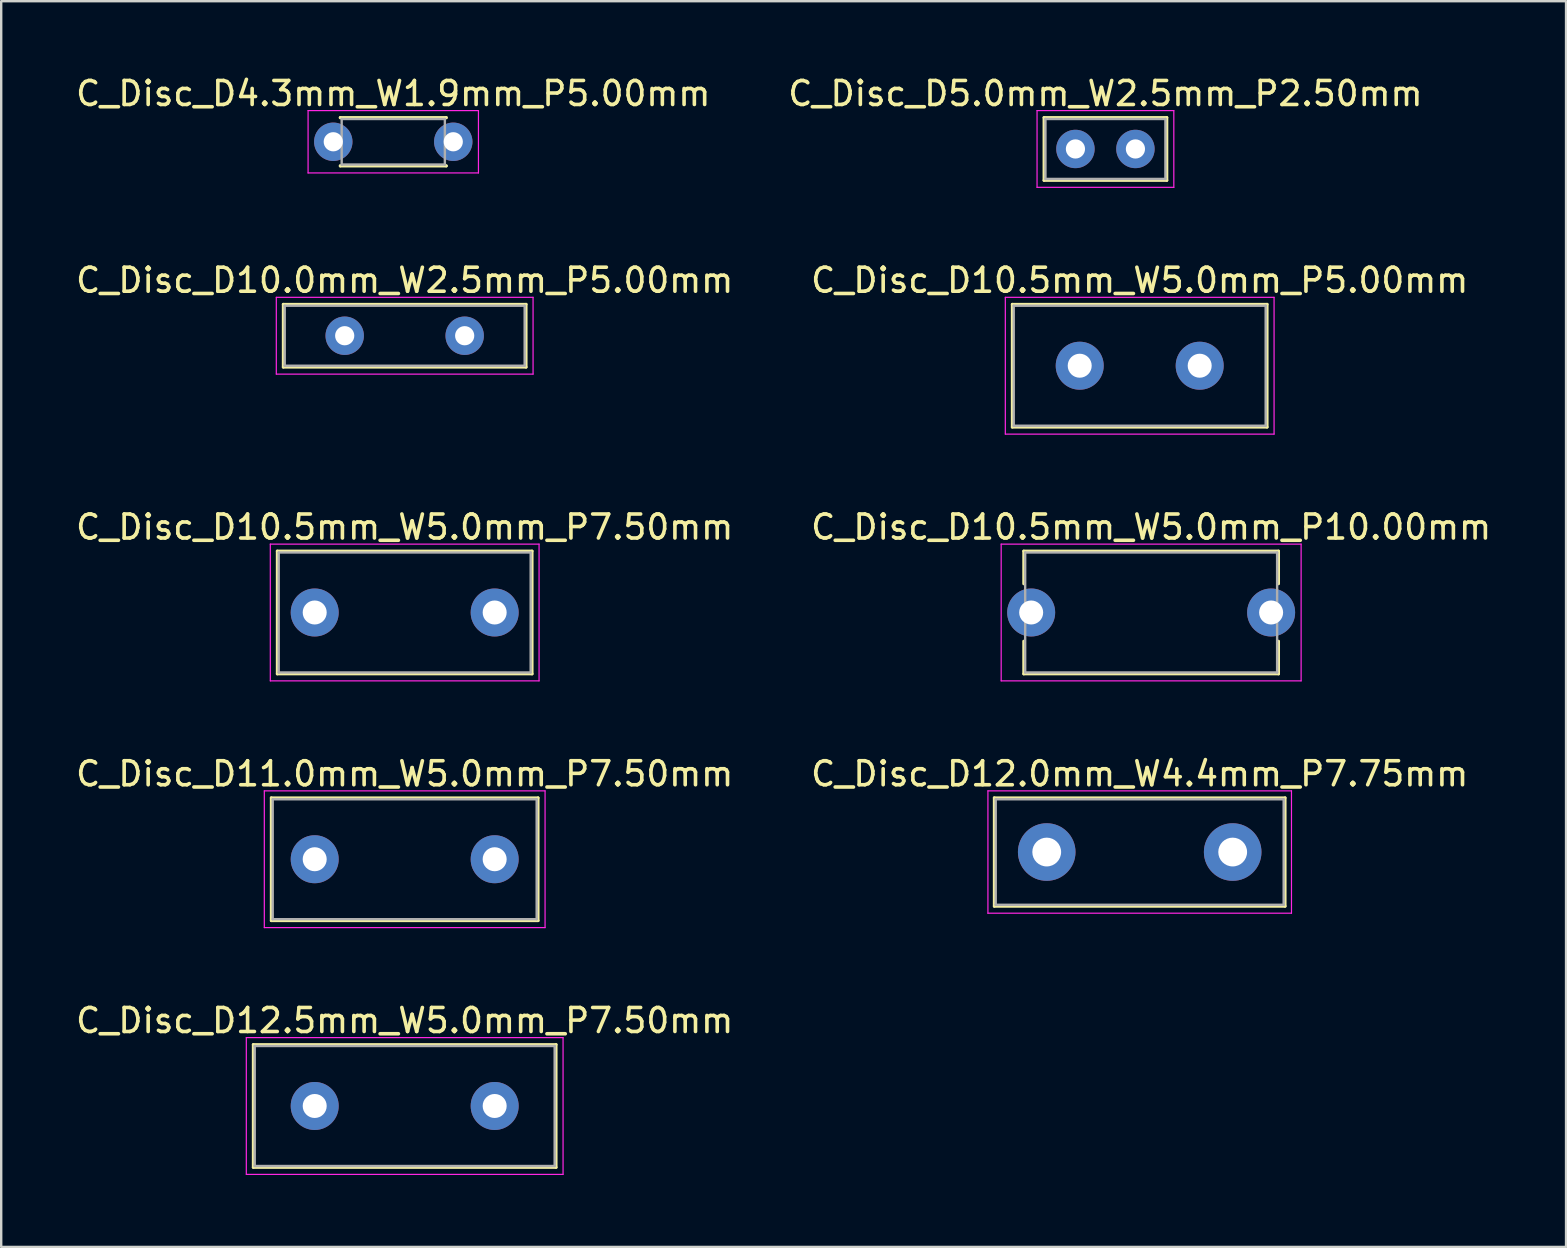
<source format=kicad_pcb>
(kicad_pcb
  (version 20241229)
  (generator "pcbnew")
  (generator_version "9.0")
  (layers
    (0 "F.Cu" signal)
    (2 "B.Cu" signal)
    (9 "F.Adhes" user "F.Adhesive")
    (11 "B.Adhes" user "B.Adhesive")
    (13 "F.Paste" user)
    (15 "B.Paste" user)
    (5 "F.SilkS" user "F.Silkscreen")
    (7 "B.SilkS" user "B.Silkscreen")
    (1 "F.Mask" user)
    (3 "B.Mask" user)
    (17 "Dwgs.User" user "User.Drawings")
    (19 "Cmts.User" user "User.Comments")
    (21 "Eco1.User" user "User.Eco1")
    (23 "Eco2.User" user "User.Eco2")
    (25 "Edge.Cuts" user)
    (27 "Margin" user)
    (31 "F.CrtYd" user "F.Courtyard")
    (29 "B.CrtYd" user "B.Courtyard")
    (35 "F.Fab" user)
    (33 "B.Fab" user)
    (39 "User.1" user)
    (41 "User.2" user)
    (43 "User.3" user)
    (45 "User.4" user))
  (footprint "C_Disc_D4.3mm_W1.9mm_P5.00mm"
    (layer "F.Cu")
    (at 10.839 2.858)
    (property "Reference" "C_Disc_D4.3mm_W1.9mm_P5.00mm" (at 2.5 -2.01 0) (layer "F.SilkS") (effects (font (size 1 1) (thickness 0.15))))
    (attr through_hole)
    (fp_line (start 0.29 -1.01) (end 0.29 -0.996) (stroke (width 0.12) (type solid)) (layer "F.SilkS"))
    (fp_line (start 0.29 -1.01) (end 4.71 -1.01) (stroke (width 0.12) (type solid)) (layer "F.SilkS"))
    (fp_line (start 0.29 0.996) (end 0.29 1.01) (stroke (width 0.12) (type solid)) (layer "F.SilkS"))
    (fp_line (start 0.29 1.01) (end 4.71 1.01) (stroke (width 0.12) (type solid)) (layer "F.SilkS"))
    (fp_line (start 4.71 -1.01) (end 4.71 -0.996) (stroke (width 0.12) (type solid)) (layer "F.SilkS"))
    (fp_line (start 4.71 0.996) (end 4.71 1.01) (stroke (width 0.12) (type solid)) (layer "F.SilkS"))
    (fp_line (start -1.05 -1.3) (end -1.05 1.3) (stroke (width 0.05) (type solid)) (layer "F.CrtYd"))
    (fp_line (start -1.05 1.3) (end 6.05 1.3) (stroke (width 0.05) (type solid)) (layer "F.CrtYd"))
    (fp_line (start 6.05 -1.3) (end -1.05 -1.3) (stroke (width 0.05) (type solid)) (layer "F.CrtYd"))
    (fp_line (start 6.05 1.3) (end 6.05 -1.3) (stroke (width 0.05) (type solid)) (layer "F.CrtYd"))
    (fp_line (start 0.35 -0.95) (end 0.35 0.95) (stroke (width 0.1) (type solid)) (layer "F.Fab"))
    (fp_line (start 0.35 0.95) (end 4.65 0.95) (stroke (width 0.1) (type solid)) (layer "F.Fab"))
    (fp_line (start 4.65 -0.95) (end 0.35 -0.95) (stroke (width 0.1) (type solid)) (layer "F.Fab"))
    (fp_line (start 4.65 0.95) (end 4.65 -0.95) (stroke (width 0.1) (type solid)) (layer "F.Fab"))
    (pad "1" thru_hole circle (at 0 0) (size 1.6 1.6) (drill 0.8) (layers "*.Cu" "*.Mask"))
    (pad "2" thru_hole circle (at 5 0) (size 1.6 1.6) (drill 0.8) (layers "*.Cu" "*.Mask")))
  (footprint "C_Disc_D10.0mm_W2.5mm_P5.00mm"
    (layer "F.Cu")
    (at 11.315 10.941)
    (property "Reference" "C_Disc_D10.0mm_W2.5mm_P5.00mm" (at 2.5 -2.31 0) (layer "F.SilkS") (effects (font (size 1 1) (thickness 0.15))))
    (attr through_hole)
    (fp_line (start -2.56 -1.31) (end -2.56 1.31) (stroke (width 0.12) (type solid)) (layer "F.SilkS"))
    (fp_line (start -2.56 -1.31) (end 7.56 -1.31) (stroke (width 0.12) (type solid)) (layer "F.SilkS"))
    (fp_line (start -2.56 1.31) (end 7.56 1.31) (stroke (width 0.12) (type solid)) (layer "F.SilkS"))
    (fp_line (start 7.56 -1.31) (end 7.56 1.31) (stroke (width 0.12) (type solid)) (layer "F.SilkS"))
    (fp_line (start -2.85 -1.6) (end -2.85 1.6) (stroke (width 0.05) (type solid)) (layer "F.CrtYd"))
    (fp_line (start -2.85 1.6) (end 7.85 1.6) (stroke (width 0.05) (type solid)) (layer "F.CrtYd"))
    (fp_line (start 7.85 -1.6) (end -2.85 -1.6) (stroke (width 0.05) (type solid)) (layer "F.CrtYd"))
    (fp_line (start 7.85 1.6) (end 7.85 -1.6) (stroke (width 0.05) (type solid)) (layer "F.CrtYd"))
    (fp_line (start -2.5 -1.25) (end -2.5 1.25) (stroke (width 0.1) (type solid)) (layer "F.Fab"))
    (fp_line (start -2.5 1.25) (end 7.5 1.25) (stroke (width 0.1) (type solid)) (layer "F.Fab"))
    (fp_line (start 7.5 -1.25) (end -2.5 -1.25) (stroke (width 0.1) (type solid)) (layer "F.Fab"))
    (fp_line (start 7.5 1.25) (end 7.5 -1.25) (stroke (width 0.1) (type solid)) (layer "F.Fab"))
    (pad "1" thru_hole circle (at 0 0) (size 1.6 1.6) (drill 0.8) (layers "*.Cu" "*.Mask"))
    (pad "2" thru_hole circle (at 5 0) (size 1.6 1.6) (drill 0.8) (layers "*.Cu" "*.Mask")))
  (footprint "C_Disc_D12.0mm_W4.4mm_P7.75mm"
    (layer "F.Cu")
    (at 40.571 32.458)
    (property "Reference" "C_Disc_D12.0mm_W4.4mm_P7.75mm" (at 3.875 -3.26 0) (layer "F.SilkS") (effects (font (size 1 1) (thickness 0.15))))
    (attr through_hole)
    (fp_line (start -2.185 -2.26) (end -2.185 2.26) (stroke (width 0.12) (type solid)) (layer "F.SilkS"))
    (fp_line (start -2.185 -2.26) (end 9.935 -2.26) (stroke (width 0.12) (type solid)) (layer "F.SilkS"))
    (fp_line (start -2.185 2.26) (end 9.935 2.26) (stroke (width 0.12) (type solid)) (layer "F.SilkS"))
    (fp_line (start 9.935 -2.26) (end 9.935 2.26) (stroke (width 0.12) (type solid)) (layer "F.SilkS"))
    (fp_line (start -2.45 -2.55) (end -2.45 2.55) (stroke (width 0.05) (type solid)) (layer "F.CrtYd"))
    (fp_line (start -2.45 2.55) (end 10.2 2.55) (stroke (width 0.05) (type solid)) (layer "F.CrtYd"))
    (fp_line (start 10.2 -2.55) (end -2.45 -2.55) (stroke (width 0.05) (type solid)) (layer "F.CrtYd"))
    (fp_line (start 10.2 2.55) (end 10.2 -2.55) (stroke (width 0.05) (type solid)) (layer "F.CrtYd"))
    (fp_line (start -2.125 -2.2) (end -2.125 2.2) (stroke (width 0.1) (type solid)) (layer "F.Fab"))
    (fp_line (start -2.125 2.2) (end 9.875 2.2) (stroke (width 0.1) (type solid)) (layer "F.Fab"))
    (fp_line (start 9.875 -2.2) (end -2.125 -2.2) (stroke (width 0.1) (type solid)) (layer "F.Fab"))
    (fp_line (start 9.875 2.2) (end 9.875 -2.2) (stroke (width 0.1) (type solid)) (layer "F.Fab"))
    (pad "1" thru_hole circle (at 0 0) (size 2.4 2.4) (drill 1.2) (layers "*.Cu" "*.Mask"))
    (pad "2" thru_hole circle (at 7.75 0) (size 2.4 2.4) (drill 1.2) (layers "*.Cu" "*.Mask")))
  (footprint "C_Disc_D10.5mm_W5.0mm_P10.00mm"
    (layer "F.Cu")
    (at 39.923 22.475)
    (property "Reference" "C_Disc_D10.5mm_W5.0mm_P10.00mm" (at 5 -3.56 0) (layer "F.SilkS") (effects (font (size 1 1) (thickness 0.15))))
    (attr through_hole)
    (fp_line (start -0.31 -2.56) (end -0.31 -1.195) (stroke (width 0.12) (type solid)) (layer "F.SilkS"))
    (fp_line (start -0.31 -2.56) (end 10.31 -2.56) (stroke (width 0.12) (type solid)) (layer "F.SilkS"))
    (fp_line (start -0.31 1.195) (end -0.31 2.56) (stroke (width 0.12) (type solid)) (layer "F.SilkS"))
    (fp_line (start -0.31 2.56) (end 10.31 2.56) (stroke (width 0.12) (type solid)) (layer "F.SilkS"))
    (fp_line (start 10.31 -2.56) (end 10.31 -1.195) (stroke (width 0.12) (type solid)) (layer "F.SilkS"))
    (fp_line (start 10.31 1.195) (end 10.31 2.56) (stroke (width 0.12) (type solid)) (layer "F.SilkS"))
    (fp_line (start -1.25 -2.85) (end -1.25 2.85) (stroke (width 0.05) (type solid)) (layer "F.CrtYd"))
    (fp_line (start -1.25 2.85) (end 11.25 2.85) (stroke (width 0.05) (type solid)) (layer "F.CrtYd"))
    (fp_line (start 11.25 -2.85) (end -1.25 -2.85) (stroke (width 0.05) (type solid)) (layer "F.CrtYd"))
    (fp_line (start 11.25 2.85) (end 11.25 -2.85) (stroke (width 0.05) (type solid)) (layer "F.CrtYd"))
    (fp_line (start -0.25 -2.5) (end -0.25 2.5) (stroke (width 0.1) (type solid)) (layer "F.Fab"))
    (fp_line (start -0.25 2.5) (end 10.25 2.5) (stroke (width 0.1) (type solid)) (layer "F.Fab"))
    (fp_line (start 10.25 -2.5) (end -0.25 -2.5) (stroke (width 0.1) (type solid)) (layer "F.Fab"))
    (fp_line (start 10.25 2.5) (end 10.25 -2.5) (stroke (width 0.1) (type solid)) (layer "F.Fab"))
    (pad "1" thru_hole circle (at 0 0) (size 2 2) (drill 1) (layers "*.Cu" "*.Mask"))
    (pad "2" thru_hole circle (at 10 0) (size 2 2) (drill 1) (layers "*.Cu" "*.Mask")))
  (footprint "C_Disc_D5.0mm_W2.5mm_P2.50mm"
    (layer "F.Cu")
    (at 41.768 3.158)
    (property "Reference" "C_Disc_D5.0mm_W2.5mm_P2.50mm" (at 1.25 -2.31 0) (layer "F.SilkS") (effects (font (size 1 1) (thickness 0.15))))
    (attr through_hole)
    (fp_line (start -1.31 -1.31) (end -1.31 1.31) (stroke (width 0.12) (type solid)) (layer "F.SilkS"))
    (fp_line (start -1.31 -1.31) (end 3.81 -1.31) (stroke (width 0.12) (type solid)) (layer "F.SilkS"))
    (fp_line (start -1.31 1.31) (end 3.81 1.31) (stroke (width 0.12) (type solid)) (layer "F.SilkS"))
    (fp_line (start 3.81 -1.31) (end 3.81 1.31) (stroke (width 0.12) (type solid)) (layer "F.SilkS"))
    (fp_line (start -1.6 -1.6) (end -1.6 1.6) (stroke (width 0.05) (type solid)) (layer "F.CrtYd"))
    (fp_line (start -1.6 1.6) (end 4.1 1.6) (stroke (width 0.05) (type solid)) (layer "F.CrtYd"))
    (fp_line (start 4.1 -1.6) (end -1.6 -1.6) (stroke (width 0.05) (type solid)) (layer "F.CrtYd"))
    (fp_line (start 4.1 1.6) (end 4.1 -1.6) (stroke (width 0.05) (type solid)) (layer "F.CrtYd"))
    (fp_line (start -1.25 -1.25) (end -1.25 1.25) (stroke (width 0.1) (type solid)) (layer "F.Fab"))
    (fp_line (start -1.25 1.25) (end 3.75 1.25) (stroke (width 0.1) (type solid)) (layer "F.Fab"))
    (fp_line (start 3.75 -1.25) (end -1.25 -1.25) (stroke (width 0.1) (type solid)) (layer "F.Fab"))
    (fp_line (start 3.75 1.25) (end 3.75 -1.25) (stroke (width 0.1) (type solid)) (layer "F.Fab"))
    (pad "1" thru_hole circle (at 0 0) (size 1.6 1.6) (drill 0.8) (layers "*.Cu" "*.Mask"))
    (pad "2" thru_hole circle (at 2.5 0) (size 1.6 1.6) (drill 0.8) (layers "*.Cu" "*.Mask")))
  (footprint "C_Disc_D10.5mm_W5.0mm_P7.50mm"
    (layer "F.Cu")
    (at 10.065 22.475)
    (property "Reference" "C_Disc_D10.5mm_W5.0mm_P7.50mm" (at 3.75 -3.56 0) (layer "F.SilkS") (effects (font (size 1 1) (thickness 0.15))))
    (attr through_hole)
    (fp_line (start -1.56 -2.56) (end -1.56 2.56) (stroke (width 0.12) (type solid)) (layer "F.SilkS"))
    (fp_line (start -1.56 -2.56) (end 9.06 -2.56) (stroke (width 0.12) (type solid)) (layer "F.SilkS"))
    (fp_line (start -1.56 2.56) (end 9.06 2.56) (stroke (width 0.12) (type solid)) (layer "F.SilkS"))
    (fp_line (start 9.06 -2.56) (end 9.06 2.56) (stroke (width 0.12) (type solid)) (layer "F.SilkS"))
    (fp_line (start -1.85 -2.85) (end -1.85 2.85) (stroke (width 0.05) (type solid)) (layer "F.CrtYd"))
    (fp_line (start -1.85 2.85) (end 9.35 2.85) (stroke (width 0.05) (type solid)) (layer "F.CrtYd"))
    (fp_line (start 9.35 -2.85) (end -1.85 -2.85) (stroke (width 0.05) (type solid)) (layer "F.CrtYd"))
    (fp_line (start 9.35 2.85) (end 9.35 -2.85) (stroke (width 0.05) (type solid)) (layer "F.CrtYd"))
    (fp_line (start -1.5 -2.5) (end -1.5 2.5) (stroke (width 0.1) (type solid)) (layer "F.Fab"))
    (fp_line (start -1.5 2.5) (end 9 2.5) (stroke (width 0.1) (type solid)) (layer "F.Fab"))
    (fp_line (start 9 -2.5) (end -1.5 -2.5) (stroke (width 0.1) (type solid)) (layer "F.Fab"))
    (fp_line (start 9 2.5) (end 9 -2.5) (stroke (width 0.1) (type solid)) (layer "F.Fab"))
    (pad "1" thru_hole circle (at 0 0) (size 2 2) (drill 1) (layers "*.Cu" "*.Mask"))
    (pad "2" thru_hole circle (at 7.5 0) (size 2 2) (drill 1) (layers "*.Cu" "*.Mask")))
  (footprint "C_Disc_D10.5mm_W5.0mm_P5.00mm"
    (layer "F.Cu")
    (at 41.946 12.191)
    (property "Reference" "C_Disc_D10.5mm_W5.0mm_P5.00mm" (at 2.5 -3.56 0) (layer "F.SilkS") (effects (font (size 1 1) (thickness 0.15))))
    (attr through_hole)
    (fp_line (start -2.81 -2.56) (end -2.81 2.56) (stroke (width 0.12) (type solid)) (layer "F.SilkS"))
    (fp_line (start -2.81 -2.56) (end 7.81 -2.56) (stroke (width 0.12) (type solid)) (layer "F.SilkS"))
    (fp_line (start -2.81 2.56) (end 7.81 2.56) (stroke (width 0.12) (type solid)) (layer "F.SilkS"))
    (fp_line (start 7.81 -2.56) (end 7.81 2.56) (stroke (width 0.12) (type solid)) (layer "F.SilkS"))
    (fp_line (start -3.1 -2.85) (end -3.1 2.85) (stroke (width 0.05) (type solid)) (layer "F.CrtYd"))
    (fp_line (start -3.1 2.85) (end 8.1 2.85) (stroke (width 0.05) (type solid)) (layer "F.CrtYd"))
    (fp_line (start 8.1 -2.85) (end -3.1 -2.85) (stroke (width 0.05) (type solid)) (layer "F.CrtYd"))
    (fp_line (start 8.1 2.85) (end 8.1 -2.85) (stroke (width 0.05) (type solid)) (layer "F.CrtYd"))
    (fp_line (start -2.75 -2.5) (end -2.75 2.5) (stroke (width 0.1) (type solid)) (layer "F.Fab"))
    (fp_line (start -2.75 2.5) (end 7.75 2.5) (stroke (width 0.1) (type solid)) (layer "F.Fab"))
    (fp_line (start 7.75 -2.5) (end -2.75 -2.5) (stroke (width 0.1) (type solid)) (layer "F.Fab"))
    (fp_line (start 7.75 2.5) (end 7.75 -2.5) (stroke (width 0.1) (type solid)) (layer "F.Fab"))
    (pad "1" thru_hole circle (at 0 0) (size 2 2) (drill 1) (layers "*.Cu" "*.Mask"))
    (pad "2" thru_hole circle (at 5 0) (size 2 2) (drill 1) (layers "*.Cu" "*.Mask")))
  (footprint "C_Disc_D11.0mm_W5.0mm_P7.50mm"
    (layer "F.Cu")
    (at 10.065 32.758)
    (property "Reference" "C_Disc_D11.0mm_W5.0mm_P7.50mm" (at 3.75 -3.56 0) (layer "F.SilkS") (effects (font (size 1 1) (thickness 0.15))))
    (attr through_hole)
    (fp_line (start -1.81 -2.56) (end -1.81 2.56) (stroke (width 0.12) (type solid)) (layer "F.SilkS"))
    (fp_line (start -1.81 -2.56) (end 9.31 -2.56) (stroke (width 0.12) (type solid)) (layer "F.SilkS"))
    (fp_line (start -1.81 2.56) (end 9.31 2.56) (stroke (width 0.12) (type solid)) (layer "F.SilkS"))
    (fp_line (start 9.31 -2.56) (end 9.31 2.56) (stroke (width 0.12) (type solid)) (layer "F.SilkS"))
    (fp_line (start -2.1 -2.85) (end -2.1 2.85) (stroke (width 0.05) (type solid)) (layer "F.CrtYd"))
    (fp_line (start -2.1 2.85) (end 9.6 2.85) (stroke (width 0.05) (type solid)) (layer "F.CrtYd"))
    (fp_line (start 9.6 -2.85) (end -2.1 -2.85) (stroke (width 0.05) (type solid)) (layer "F.CrtYd"))
    (fp_line (start 9.6 2.85) (end 9.6 -2.85) (stroke (width 0.05) (type solid)) (layer "F.CrtYd"))
    (fp_line (start -1.75 -2.5) (end -1.75 2.5) (stroke (width 0.1) (type solid)) (layer "F.Fab"))
    (fp_line (start -1.75 2.5) (end 9.25 2.5) (stroke (width 0.1) (type solid)) (layer "F.Fab"))
    (fp_line (start 9.25 -2.5) (end -1.75 -2.5) (stroke (width 0.1) (type solid)) (layer "F.Fab"))
    (fp_line (start 9.25 2.5) (end 9.25 -2.5) (stroke (width 0.1) (type solid)) (layer "F.Fab"))
    (pad "1" thru_hole circle (at 0 0) (size 2 2) (drill 1) (layers "*.Cu" "*.Mask"))
    (pad "2" thru_hole circle (at 7.5 0) (size 2 2) (drill 1) (layers "*.Cu" "*.Mask")))
  (footprint "C_Disc_D12.5mm_W5.0mm_P7.50mm"
    (layer "F.Cu")
    (at 10.065 43.041)
    (property "Reference" "C_Disc_D12.5mm_W5.0mm_P7.50mm" (at 3.75 -3.56 0) (layer "F.SilkS") (effects (font (size 1 1) (thickness 0.15))))
    (attr through_hole)
    (fp_line (start -2.56 -2.56) (end -2.56 2.56) (stroke (width 0.12) (type solid)) (layer "F.SilkS"))
    (fp_line (start -2.56 -2.56) (end 10.06 -2.56) (stroke (width 0.12) (type solid)) (layer "F.SilkS"))
    (fp_line (start -2.56 2.56) (end 10.06 2.56) (stroke (width 0.12) (type solid)) (layer "F.SilkS"))
    (fp_line (start 10.06 -2.56) (end 10.06 2.56) (stroke (width 0.12) (type solid)) (layer "F.SilkS"))
    (fp_line (start -2.85 -2.85) (end -2.85 2.85) (stroke (width 0.05) (type solid)) (layer "F.CrtYd"))
    (fp_line (start -2.85 2.85) (end 10.35 2.85) (stroke (width 0.05) (type solid)) (layer "F.CrtYd"))
    (fp_line (start 10.35 -2.85) (end -2.85 -2.85) (stroke (width 0.05) (type solid)) (layer "F.CrtYd"))
    (fp_line (start 10.35 2.85) (end 10.35 -2.85) (stroke (width 0.05) (type solid)) (layer "F.CrtYd"))
    (fp_line (start -2.5 -2.5) (end -2.5 2.5) (stroke (width 0.1) (type solid)) (layer "F.Fab"))
    (fp_line (start -2.5 2.5) (end 10 2.5) (stroke (width 0.1) (type solid)) (layer "F.Fab"))
    (fp_line (start 10 -2.5) (end -2.5 -2.5) (stroke (width 0.1) (type solid)) (layer "F.Fab"))
    (fp_line (start 10 2.5) (end 10 -2.5) (stroke (width 0.1) (type solid)) (layer "F.Fab"))
    (pad "1" thru_hole circle (at 0 0) (size 2 2) (drill 1) (layers "*.Cu" "*.Mask"))
    (pad "2" thru_hole circle (at 7.5 0) (size 2 2) (drill 1) (layers "*.Cu" "*.Mask")))
  (gr_rect
    (start -3 -3)
    (end 62.214 48.916)
    (stroke (width 0.1) (type default))
    (fill no)
    (layer "Edge.Cuts")))
</source>
